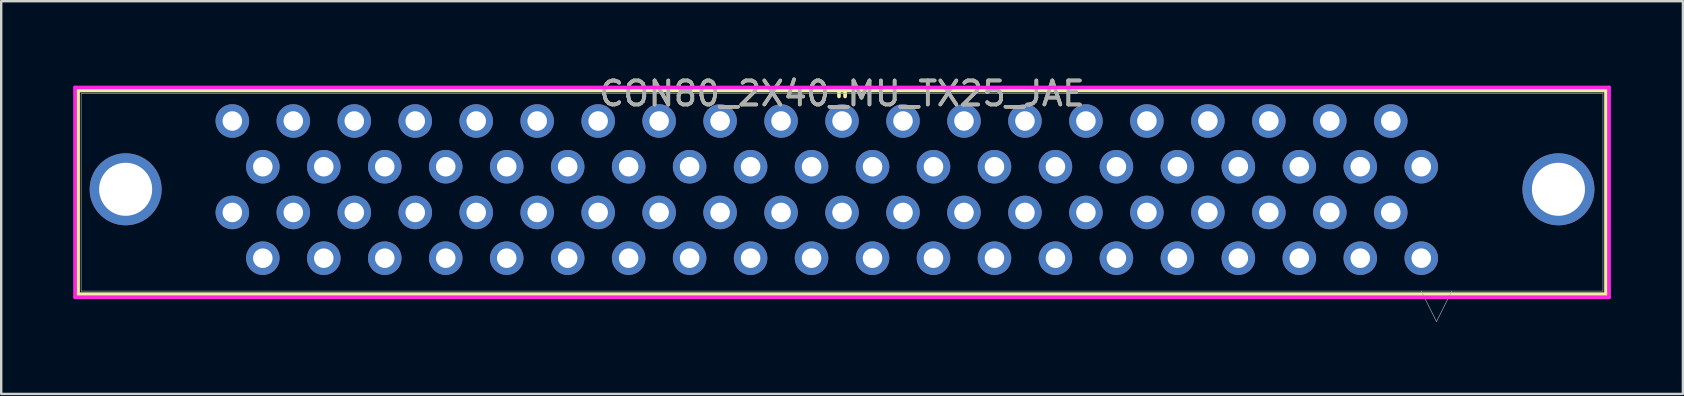
<source format=kicad_pcb>
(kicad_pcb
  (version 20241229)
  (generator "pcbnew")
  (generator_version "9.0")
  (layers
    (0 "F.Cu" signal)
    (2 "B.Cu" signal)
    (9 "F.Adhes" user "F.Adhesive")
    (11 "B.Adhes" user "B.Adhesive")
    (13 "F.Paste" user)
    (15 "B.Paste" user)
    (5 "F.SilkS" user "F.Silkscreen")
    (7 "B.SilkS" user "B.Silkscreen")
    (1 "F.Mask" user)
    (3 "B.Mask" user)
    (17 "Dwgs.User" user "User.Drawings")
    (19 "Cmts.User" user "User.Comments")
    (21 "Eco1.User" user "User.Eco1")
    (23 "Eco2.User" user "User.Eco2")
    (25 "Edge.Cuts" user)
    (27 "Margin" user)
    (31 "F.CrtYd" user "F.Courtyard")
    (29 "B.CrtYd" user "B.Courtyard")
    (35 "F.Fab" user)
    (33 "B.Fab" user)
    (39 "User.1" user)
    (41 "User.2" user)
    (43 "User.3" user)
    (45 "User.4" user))
  (footprint "CON80_2X40_MU_TX25_JAE"
    (layer "F.Cu")
    (at 32.029 0.848)
    (property "Reference" "CON80_2X40_MU_TX25_JAE" (at 0 0 0) (unlocked yes) (layer "F.SilkS") (effects (font (size 1 1) (thickness 0.15))))
    (attr through_hole)
    (fp_line (start -31.826 -0.127) (end -31.826 8.357) (stroke (width 0.152) (type solid)) (layer "F.SilkS"))
    (fp_line (start -31.826 8.357) (end 31.826 8.357) (stroke (width 0.152) (type solid)) (layer "F.SilkS"))
    (fp_line (start -0.127 -0.127) (end -0.127 0.12) (stroke (width 0.152) (type solid)) (layer "F.SilkS"))
    (fp_line (start 0.127 -0.127) (end -0.127 -0.127) (stroke (width 0.152) (type solid)) (layer "F.SilkS"))
    (fp_line (start 0.127 0.12) (end 0.127 -0.127) (stroke (width 0.152) (type solid)) (layer "F.SilkS"))
    (fp_line (start 31.826 -0.127) (end -31.826 -0.127) (stroke (width 0.152) (type solid)) (layer "F.SilkS"))
    (fp_line (start 31.826 8.357) (end 31.826 -0.127) (stroke (width 0.152) (type solid)) (layer "F.SilkS"))
    (fp_line (start -31.953 -0.254) (end -31.953 8.484) (stroke (width 0.152) (type solid)) (layer "F.CrtYd"))
    (fp_line (start -31.953 8.484) (end 31.953 8.484) (stroke (width 0.152) (type solid)) (layer "F.CrtYd"))
    (fp_line (start 31.953 -0.254) (end -31.953 -0.254) (stroke (width 0.152) (type solid)) (layer "F.CrtYd"))
    (fp_line (start 31.953 8.484) (end 31.953 -0.254) (stroke (width 0.152) (type solid)) (layer "F.CrtYd"))
    (fp_line (start -31.699 0) (end -31.699 8.23) (stroke (width 0.025) (type solid)) (layer "F.Fab"))
    (fp_line (start -31.699 8.23) (end 31.699 8.23) (stroke (width 0.025) (type solid)) (layer "F.Fab"))
    (fp_line (start 0 0) (end 0 0) (stroke (width 0.025) (type solid)) (layer "F.Fab"))
    (fp_line (start 0 0) (end 0 0) (stroke (width 0.025) (type solid)) (layer "F.Fab"))
    (fp_line (start 0 0) (end 0 0) (stroke (width 0.025) (type solid)) (layer "F.Fab"))
    (fp_line (start 0 0) (end 0 0) (stroke (width 0.025) (type solid)) (layer "F.Fab"))
    (fp_line (start 24.13 8.23) (end 24.765 9.5) (stroke (width 0.025) (type solid)) (layer "F.Fab"))
    (fp_line (start 25.4 8.23) (end 24.765 9.5) (stroke (width 0.025) (type solid)) (layer "F.Fab"))
    (fp_line (start 31.699 0) (end -31.699 0) (stroke (width 0.025) (type solid)) (layer "F.Fab"))
    (fp_line (start 31.699 8.23) (end 31.699 0) (stroke (width 0.025) (type solid)) (layer "F.Fab"))
    (fp_text user "${REFERENCE}" (at 0 0 0) (unlocked yes) (layer "F.Fab") (effects (font (size 1 1) (thickness 0.15))))
    (pad "1" thru_hole circle (at 24.13 6.858) (size 1.397 1.397) (drill 0.813) (layers "*.Cu" "*.Mask"))
    (pad "2" thru_hole circle (at 22.86 4.953) (size 1.397 1.397) (drill 0.813) (layers "*.Cu" "*.Mask"))
    (pad "3" thru_hole circle (at 21.59 6.858) (size 1.397 1.397) (drill 0.813) (layers "*.Cu" "*.Mask"))
    (pad "4" thru_hole circle (at 20.32 4.953) (size 1.397 1.397) (drill 0.813) (layers "*.Cu" "*.Mask"))
    (pad "5" thru_hole circle (at 19.05 6.858) (size 1.397 1.397) (drill 0.813) (layers "*.Cu" "*.Mask"))
    (pad "6" thru_hole circle (at 17.78 4.953) (size 1.397 1.397) (drill 0.813) (layers "*.Cu" "*.Mask"))
    (pad "7" thru_hole circle (at 16.51 6.858) (size 1.397 1.397) (drill 0.813) (layers "*.Cu" "*.Mask"))
    (pad "8" thru_hole circle (at 15.24 4.953) (size 1.397 1.397) (drill 0.813) (layers "*.Cu" "*.Mask"))
    (pad "9" thru_hole circle (at 13.97 6.858) (size 1.397 1.397) (drill 0.813) (layers "*.Cu" "*.Mask"))
    (pad "10" thru_hole circle (at 12.7 4.953) (size 1.397 1.397) (drill 0.813) (layers "*.Cu" "*.Mask"))
    (pad "11" thru_hole circle (at 11.43 6.858) (size 1.397 1.397) (drill 0.813) (layers "*.Cu" "*.Mask"))
    (pad "12" thru_hole circle (at 10.16 4.953) (size 1.397 1.397) (drill 0.813) (layers "*.Cu" "*.Mask"))
    (pad "13" thru_hole circle (at 8.89 6.858) (size 1.397 1.397) (drill 0.813) (layers "*.Cu" "*.Mask"))
    (pad "14" thru_hole circle (at 7.62 4.953) (size 1.397 1.397) (drill 0.813) (layers "*.Cu" "*.Mask"))
    (pad "15" thru_hole circle (at 6.35 6.858) (size 1.397 1.397) (drill 0.813) (layers "*.Cu" "*.Mask"))
    (pad "16" thru_hole circle (at 5.08 4.953) (size 1.397 1.397) (drill 0.813) (layers "*.Cu" "*.Mask"))
    (pad "17" thru_hole circle (at 3.81 6.858) (size 1.397 1.397) (drill 0.813) (layers "*.Cu" "*.Mask"))
    (pad "18" thru_hole circle (at 2.54 4.953) (size 1.397 1.397) (drill 0.813) (layers "*.Cu" "*.Mask"))
    (pad "19" thru_hole circle (at 1.27 6.858) (size 1.397 1.397) (drill 0.813) (layers "*.Cu" "*.Mask"))
    (pad "20" thru_hole circle (at 0 4.953) (size 1.397 1.397) (drill 0.813) (layers "*.Cu" "*.Mask"))
    (pad "21" thru_hole circle (at -1.27 6.858) (size 1.397 1.397) (drill 0.813) (layers "*.Cu" "*.Mask"))
    (pad "22" thru_hole circle (at -2.54 4.953) (size 1.397 1.397) (drill 0.813) (layers "*.Cu" "*.Mask"))
    (pad "23" thru_hole circle (at -3.81 6.858) (size 1.397 1.397) (drill 0.813) (layers "*.Cu" "*.Mask"))
    (pad "24" thru_hole circle (at -5.08 4.953) (size 1.397 1.397) (drill 0.813) (layers "*.Cu" "*.Mask"))
    (pad "25" thru_hole circle (at -6.35 6.858) (size 1.397 1.397) (drill 0.813) (layers "*.Cu" "*.Mask"))
    (pad "26" thru_hole circle (at -7.62 4.953) (size 1.397 1.397) (drill 0.813) (layers "*.Cu" "*.Mask"))
    (pad "27" thru_hole circle (at -8.89 6.858) (size 1.397 1.397) (drill 0.813) (layers "*.Cu" "*.Mask"))
    (pad "28" thru_hole circle (at -10.16 4.953) (size 1.397 1.397) (drill 0.813) (layers "*.Cu" "*.Mask"))
    (pad "29" thru_hole circle (at -11.43 6.858) (size 1.397 1.397) (drill 0.813) (layers "*.Cu" "*.Mask"))
    (pad "30" thru_hole circle (at -12.7 4.953) (size 1.397 1.397) (drill 0.813) (layers "*.Cu" "*.Mask"))
    (pad "31" thru_hole circle (at -13.97 6.858) (size 1.397 1.397) (drill 0.813) (layers "*.Cu" "*.Mask"))
    (pad "32" thru_hole circle (at -15.24 4.953) (size 1.397 1.397) (drill 0.813) (layers "*.Cu" "*.Mask"))
    (pad "33" thru_hole circle (at -16.51 6.858) (size 1.397 1.397) (drill 0.813) (layers "*.Cu" "*.Mask"))
    (pad "34" thru_hole circle (at -17.78 4.953) (size 1.397 1.397) (drill 0.813) (layers "*.Cu" "*.Mask"))
    (pad "35" thru_hole circle (at -19.05 6.858) (size 1.397 1.397) (drill 0.813) (layers "*.Cu" "*.Mask"))
    (pad "36" thru_hole circle (at -20.32 4.953) (size 1.397 1.397) (drill 0.813) (layers "*.Cu" "*.Mask"))
    (pad "37" thru_hole circle (at -21.59 6.858) (size 1.397 1.397) (drill 0.813) (layers "*.Cu" "*.Mask"))
    (pad "38" thru_hole circle (at -22.86 4.953) (size 1.397 1.397) (drill 0.813) (layers "*.Cu" "*.Mask"))
    (pad "39" thru_hole circle (at -24.13 6.858) (size 1.397 1.397) (drill 0.813) (layers "*.Cu" "*.Mask"))
    (pad "40" thru_hole circle (at -25.4 4.953) (size 1.397 1.397) (drill 0.813) (layers "*.Cu" "*.Mask"))
    (pad "41" thru_hole circle (at 24.13 3.048) (size 1.397 1.397) (drill 0.813) (layers "*.Cu" "*.Mask"))
    (pad "42" thru_hole circle (at 22.86 1.143) (size 1.397 1.397) (drill 0.813) (layers "*.Cu" "*.Mask"))
    (pad "43" thru_hole circle (at 21.59 3.048) (size 1.397 1.397) (drill 0.813) (layers "*.Cu" "*.Mask"))
    (pad "44" thru_hole circle (at 20.32 1.143) (size 1.397 1.397) (drill 0.813) (layers "*.Cu" "*.Mask"))
    (pad "45" thru_hole circle (at 19.05 3.048) (size 1.397 1.397) (drill 0.813) (layers "*.Cu" "*.Mask"))
    (pad "46" thru_hole circle (at 17.78 1.143) (size 1.397 1.397) (drill 0.813) (layers "*.Cu" "*.Mask"))
    (pad "47" thru_hole circle (at 16.51 3.048) (size 1.397 1.397) (drill 0.813) (layers "*.Cu" "*.Mask"))
    (pad "48" thru_hole circle (at 15.24 1.143) (size 1.397 1.397) (drill 0.813) (layers "*.Cu" "*.Mask"))
    (pad "49" thru_hole circle (at 13.97 3.048) (size 1.397 1.397) (drill 0.813) (layers "*.Cu" "*.Mask"))
    (pad "50" thru_hole circle (at 12.7 1.143) (size 1.397 1.397) (drill 0.813) (layers "*.Cu" "*.Mask"))
    (pad "51" thru_hole circle (at 11.43 3.048) (size 1.397 1.397) (drill 0.813) (layers "*.Cu" "*.Mask"))
    (pad "52" thru_hole circle (at 10.16 1.143) (size 1.397 1.397) (drill 0.813) (layers "*.Cu" "*.Mask"))
    (pad "53" thru_hole circle (at 8.89 3.048) (size 1.397 1.397) (drill 0.813) (layers "*.Cu" "*.Mask"))
    (pad "54" thru_hole circle (at 7.62 1.143) (size 1.397 1.397) (drill 0.813) (layers "*.Cu" "*.Mask"))
    (pad "55" thru_hole circle (at 6.35 3.048) (size 1.397 1.397) (drill 0.813) (layers "*.Cu" "*.Mask"))
    (pad "56" thru_hole circle (at 5.08 1.143) (size 1.397 1.397) (drill 0.813) (layers "*.Cu" "*.Mask"))
    (pad "57" thru_hole circle (at 3.81 3.048) (size 1.397 1.397) (drill 0.813) (layers "*.Cu" "*.Mask"))
    (pad "58" thru_hole circle (at 2.54 1.143) (size 1.397 1.397) (drill 0.813) (layers "*.Cu" "*.Mask"))
    (pad "59" thru_hole circle (at 1.27 3.048) (size 1.397 1.397) (drill 0.813) (layers "*.Cu" "*.Mask"))
    (pad "60" thru_hole circle (at 0 1.143) (size 1.397 1.397) (drill 0.813) (layers "*.Cu" "*.Mask"))
    (pad "61" thru_hole circle (at -1.27 3.048) (size 1.397 1.397) (drill 0.813) (layers "*.Cu" "*.Mask"))
    (pad "62" thru_hole circle (at -2.54 1.143) (size 1.397 1.397) (drill 0.813) (layers "*.Cu" "*.Mask"))
    (pad "63" thru_hole circle (at -3.81 3.048) (size 1.397 1.397) (drill 0.813) (layers "*.Cu" "*.Mask"))
    (pad "64" thru_hole circle (at -5.08 1.143) (size 1.397 1.397) (drill 0.813) (layers "*.Cu" "*.Mask"))
    (pad "65" thru_hole circle (at -6.35 3.048) (size 1.397 1.397) (drill 0.813) (layers "*.Cu" "*.Mask"))
    (pad "66" thru_hole circle (at -7.62 1.143) (size 1.397 1.397) (drill 0.813) (layers "*.Cu" "*.Mask"))
    (pad "67" thru_hole circle (at -8.89 3.048) (size 1.397 1.397) (drill 0.813) (layers "*.Cu" "*.Mask"))
    (pad "68" thru_hole circle (at -10.16 1.143) (size 1.397 1.397) (drill 0.813) (layers "*.Cu" "*.Mask"))
    (pad "69" thru_hole circle (at -11.43 3.048) (size 1.397 1.397) (drill 0.813) (layers "*.Cu" "*.Mask"))
    (pad "70" thru_hole circle (at -12.7 1.143) (size 1.397 1.397) (drill 0.813) (layers "*.Cu" "*.Mask"))
    (pad "71" thru_hole circle (at -13.97 3.048) (size 1.397 1.397) (drill 0.813) (layers "*.Cu" "*.Mask"))
    (pad "72" thru_hole circle (at -15.24 1.143) (size 1.397 1.397) (drill 0.813) (layers "*.Cu" "*.Mask"))
    (pad "73" thru_hole circle (at -16.51 3.048) (size 1.397 1.397) (drill 0.813) (layers "*.Cu" "*.Mask"))
    (pad "74" thru_hole circle (at -17.78 1.143) (size 1.397 1.397) (drill 0.813) (layers "*.Cu" "*.Mask"))
    (pad "75" thru_hole circle (at -19.05 3.048) (size 1.397 1.397) (drill 0.813) (layers "*.Cu" "*.Mask"))
    (pad "76" thru_hole circle (at -20.32 1.143) (size 1.397 1.397) (drill 0.813) (layers "*.Cu" "*.Mask"))
    (pad "77" thru_hole circle (at -21.59 3.048) (size 1.397 1.397) (drill 0.813) (layers "*.Cu" "*.Mask"))
    (pad "78" thru_hole circle (at -22.86 1.143) (size 1.397 1.397) (drill 0.813) (layers "*.Cu" "*.Mask"))
    (pad "79" thru_hole circle (at -24.13 3.048) (size 1.397 1.397) (drill 0.813) (layers "*.Cu" "*.Mask"))
    (pad "80" thru_hole circle (at -25.4 1.143) (size 1.397 1.397) (drill 0.813) (layers "*.Cu" "*.Mask"))
    (pad "81" thru_hole circle (at -29.845 3.988) (size 3 3) (drill 2.21) (layers "*.Cu" "*.Mask"))
    (pad "82" thru_hole circle (at 29.845 3.988) (size 3 3) (drill 2.21) (layers "*.Cu" "*.Mask")))
  (gr_rect
    (start -3 -3)
    (end 67.059 13.361)
    (stroke (width 0.1) (type default))
    (fill no)
    (layer "Edge.Cuts")))
</source>
